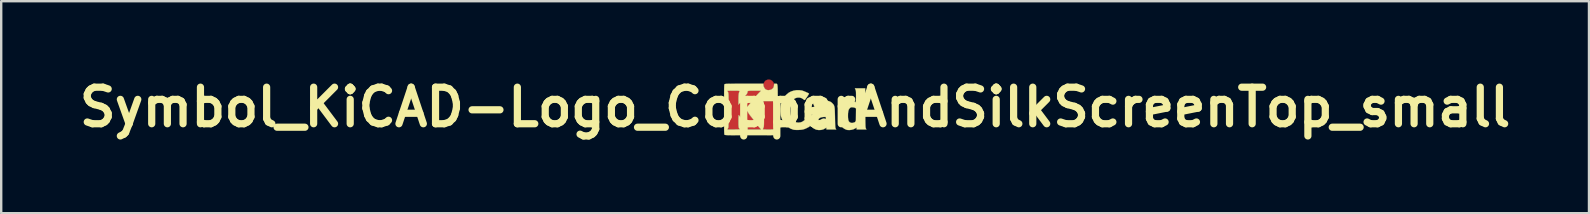
<source format=kicad_pcb>
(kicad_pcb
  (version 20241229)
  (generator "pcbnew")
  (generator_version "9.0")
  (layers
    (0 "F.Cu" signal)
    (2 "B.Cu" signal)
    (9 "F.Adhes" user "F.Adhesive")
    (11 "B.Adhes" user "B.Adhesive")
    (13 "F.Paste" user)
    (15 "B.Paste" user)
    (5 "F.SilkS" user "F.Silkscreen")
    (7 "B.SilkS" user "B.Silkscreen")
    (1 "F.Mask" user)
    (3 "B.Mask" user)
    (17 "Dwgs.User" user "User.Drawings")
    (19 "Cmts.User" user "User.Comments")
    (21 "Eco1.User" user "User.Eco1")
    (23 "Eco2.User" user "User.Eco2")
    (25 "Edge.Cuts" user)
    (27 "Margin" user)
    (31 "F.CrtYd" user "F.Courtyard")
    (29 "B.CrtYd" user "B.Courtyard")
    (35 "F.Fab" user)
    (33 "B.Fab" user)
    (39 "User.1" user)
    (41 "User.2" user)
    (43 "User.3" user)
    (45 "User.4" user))
  (footprint "Symbol_KiCAD-Logo_CopperAndSilkScreenTop_small"
    (layer "F.Cu")
    (at 30.088 1.418)
    (property "Reference" "Symbol_KiCAD-Logo_CopperAndSilkScreenTop_small" (at 0 0 0) (layer "F.SilkS") (effects (font (size 1.524 1.524) (thickness 0.3))))
    (attr through_hole)
    (fp_poly (pts (xy -1.022 -1.137) (xy -0.963 -1.104) (xy -0.916 -1.052) (xy -0.895 -1.009) (xy -0.879 -0.94) (xy -0.884 -0.871) (xy -0.908 -0.81) (xy -0.914 -0.801) (xy -0.959 -0.757) (xy -1.018 -0.727) (xy -1.085 -0.712) (xy -1.151 -0.714) (xy -1.21 -0.734) (xy -1.22 -0.74) (xy -1.262 -0.779) (xy -1.296 -0.834) (xy -1.317 -0.892) (xy -1.321 -0.927) (xy -1.311 -0.982) (xy -1.286 -1.039) (xy -1.251 -1.088) (xy -1.223 -1.113) (xy -1.157 -1.143) (xy -1.088 -1.151) (xy -1.022 -1.137)) (stroke (width 0.01) (type solid)) (fill yes) (layer "F.Cu"))
    (fp_poly (pts (xy -0.902 0.296) (xy -0.902 0.432) (xy -0.901 0.544) (xy -0.9 0.636) (xy -0.899 0.709) (xy -0.898 0.765) (xy -0.896 0.807) (xy -0.893 0.836) (xy -0.889 0.856) (xy -0.885 0.868) (xy -0.883 0.871) (xy -0.87 0.889) (xy -0.865 0.904) (xy -0.87 0.914) (xy -0.888 0.92) (xy -0.922 0.924) (xy -0.974 0.926) (xy -1.048 0.927) (xy -1.105 0.927) (xy -1.18 0.927) (xy -1.246 0.926) (xy -1.298 0.924) (xy -1.333 0.923) (xy -1.346 0.92) (xy -1.346 0.92) (xy -1.341 0.906) (xy -1.328 0.877) (xy -1.321 0.864) (xy -1.314 0.85) (xy -1.309 0.835) (xy -1.305 0.815) (xy -1.302 0.79) (xy -1.299 0.754) (xy -1.298 0.708) (xy -1.296 0.646) (xy -1.296 0.568) (xy -1.295 0.47) (xy -1.295 0.35) (xy -1.295 0.317) (xy -1.296 0.189) (xy -1.296 0.083) (xy -1.297 -0.002) (xy -1.298 -0.069) (xy -1.3 -0.121) (xy -1.303 -0.159) (xy -1.306 -0.186) (xy -1.31 -0.205) (xy -1.315 -0.217) (xy -1.334 -0.254) (xy -0.902 -0.254) (xy -0.902 0.296)) (stroke (width 0.01) (type solid)) (fill yes) (layer "F.Cu"))
    (fp_poly (pts (xy -1.693 -0.686) (xy -1.42 -0.686) (xy -1.52 -0.585) (xy -1.685 -0.404) (xy -1.792 -0.267) (xy -1.831 -0.215) (xy -1.878 -0.155) (xy -1.928 -0.093) (xy -1.976 -0.036) (xy -2.016 0.01) (xy -2.028 0.024) (xy -2.069 0.068) (xy -2.034 0.113) (xy -1.966 0.208) (xy -1.923 0.278) (xy -1.895 0.319) (xy -1.864 0.358) (xy -1.862 0.361) (xy -1.827 0.403) (xy -1.787 0.454) (xy -1.746 0.509) (xy -1.707 0.562) (xy -1.676 0.607) (xy -1.658 0.635) (xy -1.641 0.662) (xy -1.612 0.701) (xy -1.576 0.747) (xy -1.538 0.792) (xy -1.504 0.832) (xy -1.486 0.851) (xy -1.474 0.864) (xy -1.453 0.888) (xy -1.449 0.892) (xy -1.418 0.927) (xy -1.981 0.927) (xy -1.981 0.888) (xy -1.99 0.85) (xy -2.013 0.797) (xy -2.05 0.734) (xy -2.097 0.665) (xy -2.141 0.608) (xy -2.176 0.562) (xy -2.209 0.516) (xy -2.233 0.48) (xy -2.236 0.474) (xy -2.256 0.441) (xy -2.273 0.417) (xy -2.278 0.413) (xy -2.295 0.393) (xy -2.315 0.365) (xy -2.334 0.341) (xy -2.349 0.33) (xy -2.35 0.33) (xy -2.354 0.343) (xy -2.358 0.378) (xy -2.36 0.435) (xy -2.362 0.511) (xy -2.362 0.578) (xy -2.362 0.668) (xy -2.361 0.736) (xy -2.358 0.786) (xy -2.355 0.822) (xy -2.349 0.848) (xy -2.342 0.867) (xy -2.341 0.867) (xy -2.324 0.897) (xy -2.308 0.916) (xy -2.306 0.917) (xy -2.314 0.92) (xy -2.344 0.923) (xy -2.392 0.925) (xy -2.455 0.926) (xy -2.53 0.927) (xy -2.556 0.927) (xy -2.819 0.927) (xy -2.804 0.892) (xy -2.79 0.863) (xy -2.779 0.845) (xy -2.777 0.831) (xy -2.775 0.793) (xy -2.774 0.734) (xy -2.772 0.658) (xy -2.771 0.565) (xy -2.77 0.458) (xy -2.769 0.34) (xy -2.769 0.213) (xy -2.769 0.127) (xy -2.769 -0.025) (xy -2.769 -0.154) (xy -2.769 -0.261) (xy -2.77 -0.35) (xy -2.771 -0.421) (xy -2.772 -0.478) (xy -2.774 -0.522) (xy -2.776 -0.555) (xy -2.779 -0.58) (xy -2.782 -0.598) (xy -2.786 -0.612) (xy -2.792 -0.624) (xy -2.794 -0.629) (xy -2.809 -0.66) (xy -2.818 -0.679) (xy -2.819 -0.682) (xy -2.807 -0.683) (xy -2.774 -0.684) (xy -2.722 -0.685) (xy -2.657 -0.686) (xy -2.581 -0.686) (xy -2.564 -0.686) (xy -2.477 -0.686) (xy -2.413 -0.685) (xy -2.368 -0.684) (xy -2.339 -0.681) (xy -2.323 -0.678) (xy -2.317 -0.673) (xy -2.317 -0.666) (xy -2.318 -0.664) (xy -2.335 -0.619) (xy -2.347 -0.575) (xy -2.355 -0.525) (xy -2.36 -0.465) (xy -2.362 -0.389) (xy -2.362 -0.319) (xy -2.362 -0.11) (xy -2.324 -0.146) (xy -2.3 -0.171) (xy -2.287 -0.19) (xy -2.286 -0.193) (xy -2.278 -0.206) (xy -2.259 -0.233) (xy -2.231 -0.268) (xy -2.2 -0.306) (xy -2.171 -0.341) (xy -2.147 -0.368) (xy -2.133 -0.381) (xy -2.122 -0.395) (xy -2.103 -0.423) (xy -2.089 -0.445) (xy -2.06 -0.488) (xy -2.029 -0.532) (xy -2.017 -0.546) (xy -1.995 -0.579) (xy -1.982 -0.61) (xy -1.981 -0.618) (xy -1.981 -0.64) (xy -1.978 -0.656) (xy -1.97 -0.668) (xy -1.952 -0.677) (xy -1.923 -0.682) (xy -1.879 -0.684) (xy -1.818 -0.686) (xy -1.735 -0.686) (xy -1.693 -0.686)) (stroke (width 0.01) (type solid)) (fill yes) (layer "F.Cu"))
    (fp_poly (pts (xy -1.022 -1.137) (xy -0.963 -1.104) (xy -0.916 -1.052) (xy -0.895 -1.009) (xy -0.879 -0.94) (xy -0.884 -0.871) (xy -0.908 -0.81) (xy -0.914 -0.801) (xy -0.959 -0.757) (xy -1.018 -0.727) (xy -1.085 -0.712) (xy -1.151 -0.714) (xy -1.21 -0.734) (xy -1.22 -0.74) (xy -1.262 -0.779) (xy -1.296 -0.834) (xy -1.317 -0.892) (xy -1.321 -0.927) (xy -1.311 -0.982) (xy -1.286 -1.039) (xy -1.251 -1.088) (xy -1.223 -1.113) (xy -1.157 -1.143) (xy -1.088 -1.151) (xy -1.022 -1.137)) (stroke (width 0.01) (type solid)) (fill yes) (layer "F.Mask"))
    (fp_poly (pts (xy -0.902 0.296) (xy -0.902 0.432) (xy -0.901 0.544) (xy -0.9 0.636) (xy -0.899 0.709) (xy -0.898 0.765) (xy -0.896 0.807) (xy -0.893 0.836) (xy -0.889 0.856) (xy -0.885 0.868) (xy -0.883 0.871) (xy -0.87 0.889) (xy -0.865 0.904) (xy -0.87 0.914) (xy -0.888 0.92) (xy -0.922 0.924) (xy -0.974 0.926) (xy -1.048 0.927) (xy -1.105 0.927) (xy -1.18 0.927) (xy -1.246 0.926) (xy -1.298 0.924) (xy -1.333 0.923) (xy -1.346 0.92) (xy -1.346 0.92) (xy -1.341 0.906) (xy -1.328 0.877) (xy -1.321 0.864) (xy -1.314 0.85) (xy -1.309 0.835) (xy -1.305 0.815) (xy -1.302 0.79) (xy -1.299 0.754) (xy -1.298 0.708) (xy -1.296 0.646) (xy -1.296 0.568) (xy -1.295 0.47) (xy -1.295 0.35) (xy -1.295 0.317) (xy -1.296 0.189) (xy -1.296 0.083) (xy -1.297 -0.002) (xy -1.298 -0.069) (xy -1.3 -0.121) (xy -1.303 -0.159) (xy -1.306 -0.186) (xy -1.31 -0.205) (xy -1.315 -0.217) (xy -1.334 -0.254) (xy -0.902 -0.254) (xy -0.902 0.296)) (stroke (width 0.01) (type solid)) (fill yes) (layer "F.Mask"))
    (fp_poly (pts (xy -1.693 -0.686) (xy -1.42 -0.686) (xy -1.52 -0.585) (xy -1.685 -0.404) (xy -1.792 -0.267) (xy -1.831 -0.215) (xy -1.878 -0.155) (xy -1.928 -0.093) (xy -1.976 -0.036) (xy -2.016 0.01) (xy -2.028 0.024) (xy -2.069 0.068) (xy -2.034 0.113) (xy -1.966 0.208) (xy -1.923 0.278) (xy -1.895 0.319) (xy -1.864 0.358) (xy -1.862 0.361) (xy -1.827 0.403) (xy -1.787 0.454) (xy -1.746 0.509) (xy -1.707 0.562) (xy -1.676 0.607) (xy -1.658 0.635) (xy -1.641 0.662) (xy -1.612 0.701) (xy -1.576 0.747) (xy -1.538 0.792) (xy -1.504 0.832) (xy -1.486 0.851) (xy -1.474 0.864) (xy -1.453 0.888) (xy -1.449 0.892) (xy -1.418 0.927) (xy -1.981 0.927) (xy -1.981 0.888) (xy -1.99 0.85) (xy -2.013 0.797) (xy -2.05 0.734) (xy -2.097 0.665) (xy -2.141 0.608) (xy -2.176 0.562) (xy -2.209 0.516) (xy -2.233 0.48) (xy -2.236 0.474) (xy -2.256 0.441) (xy -2.273 0.417) (xy -2.278 0.413) (xy -2.295 0.393) (xy -2.315 0.365) (xy -2.334 0.341) (xy -2.349 0.33) (xy -2.35 0.33) (xy -2.354 0.343) (xy -2.358 0.378) (xy -2.36 0.435) (xy -2.362 0.511) (xy -2.362 0.578) (xy -2.362 0.668) (xy -2.361 0.736) (xy -2.358 0.786) (xy -2.355 0.822) (xy -2.349 0.848) (xy -2.342 0.867) (xy -2.341 0.867) (xy -2.324 0.897) (xy -2.308 0.916) (xy -2.306 0.917) (xy -2.314 0.92) (xy -2.344 0.923) (xy -2.392 0.925) (xy -2.455 0.926) (xy -2.53 0.927) (xy -2.556 0.927) (xy -2.819 0.927) (xy -2.804 0.892) (xy -2.79 0.863) (xy -2.779 0.845) (xy -2.777 0.831) (xy -2.775 0.793) (xy -2.774 0.734) (xy -2.772 0.658) (xy -2.771 0.565) (xy -2.77 0.458) (xy -2.769 0.34) (xy -2.769 0.213) (xy -2.769 0.127) (xy -2.769 -0.025) (xy -2.769 -0.154) (xy -2.769 -0.261) (xy -2.77 -0.35) (xy -2.771 -0.421) (xy -2.772 -0.478) (xy -2.774 -0.522) (xy -2.776 -0.555) (xy -2.779 -0.58) (xy -2.782 -0.598) (xy -2.786 -0.612) (xy -2.792 -0.624) (xy -2.794 -0.629) (xy -2.809 -0.66) (xy -2.818 -0.679) (xy -2.819 -0.682) (xy -2.807 -0.683) (xy -2.774 -0.684) (xy -2.722 -0.685) (xy -2.657 -0.686) (xy -2.581 -0.686) (xy -2.564 -0.686) (xy -2.477 -0.686) (xy -2.413 -0.685) (xy -2.368 -0.684) (xy -2.339 -0.681) (xy -2.323 -0.678) (xy -2.317 -0.673) (xy -2.317 -0.666) (xy -2.318 -0.664) (xy -2.335 -0.619) (xy -2.347 -0.575) (xy -2.355 -0.525) (xy -2.36 -0.465) (xy -2.362 -0.389) (xy -2.362 -0.319) (xy -2.362 -0.11) (xy -2.324 -0.146) (xy -2.3 -0.171) (xy -2.287 -0.19) (xy -2.286 -0.193) (xy -2.278 -0.206) (xy -2.259 -0.233) (xy -2.231 -0.268) (xy -2.2 -0.306) (xy -2.171 -0.341) (xy -2.147 -0.368) (xy -2.133 -0.381) (xy -2.122 -0.395) (xy -2.103 -0.423) (xy -2.089 -0.445) (xy -2.06 -0.488) (xy -2.029 -0.532) (xy -2.017 -0.546) (xy -1.995 -0.579) (xy -1.982 -0.61) (xy -1.981 -0.618) (xy -1.981 -0.64) (xy -1.978 -0.656) (xy -1.97 -0.668) (xy -1.952 -0.677) (xy -1.923 -0.682) (xy -1.879 -0.684) (xy -1.818 -0.686) (xy -1.735 -0.686) (xy -1.693 -0.686)) (stroke (width 0.01) (type solid)) (fill yes) (layer "F.Mask"))
    (fp_poly (pts (xy 0.272 -0.697) (xy 0.293 -0.692) (xy 0.328 -0.681) (xy 0.376 -0.663) (xy 0.43 -0.64) (xy 0.483 -0.617) (xy 0.531 -0.595) (xy 0.566 -0.577) (xy 0.581 -0.566) (xy 0.576 -0.555) (xy 0.56 -0.527) (xy 0.536 -0.489) (xy 0.507 -0.444) (xy 0.476 -0.398) (xy 0.446 -0.355) (xy 0.422 -0.321) (xy 0.405 -0.3) (xy 0.391 -0.301) (xy 0.365 -0.316) (xy 0.343 -0.333) (xy 0.271 -0.379) (xy 0.188 -0.402) (xy 0.109 -0.403) (xy 0.024 -0.383) (xy -0.048 -0.341) (xy -0.107 -0.279) (xy -0.152 -0.196) (xy -0.182 -0.093) (xy -0.198 0.028) (xy -0.2 0.165) (xy -0.189 0.289) (xy -0.167 0.392) (xy -0.131 0.476) (xy -0.082 0.544) (xy -0.019 0.596) (xy -0.004 0.606) (xy 0.035 0.626) (xy 0.071 0.636) (xy 0.115 0.64) (xy 0.146 0.641) (xy 0.226 0.633) (xy 0.295 0.609) (xy 0.362 0.565) (xy 0.387 0.544) (xy 0.415 0.522) (xy 0.433 0.51) (xy 0.437 0.509) (xy 0.448 0.526) (xy 0.467 0.558) (xy 0.493 0.601) (xy 0.521 0.649) (xy 0.549 0.698) (xy 0.575 0.742) (xy 0.595 0.778) (xy 0.606 0.8) (xy 0.608 0.804) (xy 0.595 0.811) (xy 0.566 0.826) (xy 0.527 0.847) (xy 0.525 0.848) (xy 0.444 0.888) (xy 0.372 0.916) (xy 0.301 0.933) (xy 0.221 0.943) (xy 0.146 0.947) (xy 0.05 0.948) (xy -0.026 0.943) (xy -0.072 0.935) (xy -0.188 0.893) (xy -0.294 0.828) (xy -0.389 0.744) (xy -0.471 0.642) (xy -0.536 0.524) (xy -0.584 0.393) (xy -0.586 0.385) (xy -0.604 0.292) (xy -0.614 0.184) (xy -0.615 0.073) (xy -0.607 -0.035) (xy -0.59 -0.129) (xy -0.586 -0.145) (xy -0.535 -0.282) (xy -0.464 -0.405) (xy -0.373 -0.513) (xy -0.265 -0.603) (xy -0.254 -0.61) (xy -0.165 -0.656) (xy -0.061 -0.689) (xy 0.051 -0.708) (xy 0.165 -0.71) (xy 0.272 -0.697)) (stroke (width 0.01) (type solid)) (fill yes) (layer "F.SilkS"))
    (fp_poly (pts (xy 2.924 0.029) (xy 2.925 0.194) (xy 2.925 0.335) (xy 2.926 0.455) (xy 2.927 0.555) (xy 2.928 0.638) (xy 2.93 0.704) (xy 2.931 0.757) (xy 2.933 0.798) (xy 2.936 0.828) (xy 2.939 0.851) (xy 2.942 0.867) (xy 2.946 0.879) (xy 2.95 0.886) (xy 2.972 0.927) (xy 2.565 0.927) (xy 2.565 0.889) (xy 2.564 0.862) (xy 2.56 0.851) (xy 2.56 0.851) (xy 2.547 0.857) (xy 2.52 0.874) (xy 2.507 0.883) (xy 2.441 0.916) (xy 2.361 0.94) (xy 2.277 0.952) (xy 2.196 0.95) (xy 2.146 0.941) (xy 2.054 0.9) (xy 1.972 0.839) (xy 1.904 0.763) (xy 1.874 0.712) (xy 1.84 0.633) (xy 1.818 0.55) (xy 1.806 0.456) (xy 1.804 0.362) (xy 1.804 0.356) (xy 2.204 0.356) (xy 2.206 0.443) (xy 2.213 0.51) (xy 2.226 0.56) (xy 2.245 0.597) (xy 2.273 0.625) (xy 2.29 0.636) (xy 2.343 0.655) (xy 2.406 0.654) (xy 2.473 0.632) (xy 2.485 0.626) (xy 2.534 0.601) (xy 2.537 0.326) (xy 2.54 0.052) (xy 2.507 0.03) (xy 2.475 0.016) (xy 2.43 0.006) (xy 2.401 0.003) (xy 2.357 0.001) (xy 2.328 0.006) (xy 2.302 0.02) (xy 2.289 0.031) (xy 2.256 0.068) (xy 2.231 0.115) (xy 2.215 0.178) (xy 2.206 0.258) (xy 2.204 0.356) (xy 1.804 0.356) (xy 1.812 0.214) (xy 1.836 0.085) (xy 1.875 -0.027) (xy 1.929 -0.119) (xy 1.999 -0.191) (xy 2.082 -0.244) (xy 2.179 -0.275) (xy 2.199 -0.279) (xy 2.257 -0.283) (xy 2.321 -0.279) (xy 2.384 -0.27) (xy 2.44 -0.255) (xy 2.484 -0.236) (xy 2.508 -0.216) (xy 2.519 -0.204) (xy 2.527 -0.206) (xy 2.532 -0.226) (xy 2.536 -0.264) (xy 2.539 -0.322) (xy 2.54 -0.403) (xy 2.54 -0.448) (xy 2.54 -0.535) (xy 2.539 -0.601) (xy 2.537 -0.649) (xy 2.533 -0.684) (xy 2.528 -0.71) (xy 2.521 -0.73) (xy 2.516 -0.74) (xy 2.492 -0.787) (xy 2.92 -0.787) (xy 2.924 0.029)) (stroke (width 0.01) (type solid)) (fill yes) (layer "F.SilkS"))
    (fp_poly (pts (xy 1.314 -0.274) (xy 1.402 -0.254) (xy 1.461 -0.232) (xy 1.508 -0.204) (xy 1.549 -0.167) (xy 1.575 -0.139) (xy 1.597 -0.114) (xy 1.615 -0.087) (xy 1.628 -0.055) (xy 1.639 -0.017) (xy 1.647 0.031) (xy 1.652 0.092) (xy 1.656 0.168) (xy 1.659 0.262) (xy 1.662 0.378) (xy 1.663 0.439) (xy 1.665 0.555) (xy 1.667 0.648) (xy 1.669 0.721) (xy 1.672 0.778) (xy 1.675 0.819) (xy 1.678 0.849) (xy 1.683 0.87) (xy 1.688 0.885) (xy 1.693 0.893) (xy 1.715 0.927) (xy 1.31 0.927) (xy 1.302 0.85) (xy 1.252 0.884) (xy 1.174 0.924) (xy 1.084 0.947) (xy 0.989 0.952) (xy 0.897 0.939) (xy 0.88 0.934) (xy 0.787 0.893) (xy 0.712 0.834) (xy 0.655 0.76) (xy 0.619 0.671) (xy 0.605 0.57) (xy 0.604 0.559) (xy 0.605 0.544) (xy 0.969 0.544) (xy 0.971 0.589) (xy 0.976 0.604) (xy 1.007 0.645) (xy 1.055 0.672) (xy 1.112 0.684) (xy 1.171 0.678) (xy 1.19 0.672) (xy 1.233 0.651) (xy 1.261 0.625) (xy 1.276 0.588) (xy 1.282 0.533) (xy 1.283 0.506) (xy 1.283 0.406) (xy 1.2 0.406) (xy 1.118 0.414) (xy 1.049 0.435) (xy 1.001 0.466) (xy 0.98 0.499) (xy 0.969 0.544) (xy 0.605 0.544) (xy 0.606 0.502) (xy 0.613 0.458) (xy 0.627 0.416) (xy 0.639 0.391) (xy 0.691 0.313) (xy 0.763 0.25) (xy 0.855 0.202) (xy 0.966 0.171) (xy 1.097 0.155) (xy 1.167 0.153) (xy 1.286 0.152) (xy 1.279 0.101) (xy 1.261 0.044) (xy 1.225 0.005) (xy 1.172 -0.017) (xy 1.102 -0.021) (xy 1.016 -0.007) (xy 0.927 0.02) (xy 0.885 0.034) (xy 0.853 0.041) (xy 0.837 0.041) (xy 0.836 0.041) (xy 0.828 0.025) (xy 0.813 -0.008) (xy 0.794 -0.052) (xy 0.774 -0.099) (xy 0.757 -0.145) (xy 0.743 -0.181) (xy 0.737 -0.202) (xy 0.737 -0.203) (xy 0.747 -0.213) (xy 0.769 -0.216) (xy 0.795 -0.219) (xy 0.838 -0.227) (xy 0.893 -0.239) (xy 0.931 -0.249) (xy 1.064 -0.274) (xy 1.193 -0.283) (xy 1.314 -0.274)) (stroke (width 0.01) (type solid)) (fill yes) (layer "F.SilkS"))
    (fp_poly (pts (xy -0.774 -0.979) (xy -0.763 -0.975) (xy -0.754 -0.967) (xy -0.747 -0.952) (xy -0.74 -0.93) (xy -0.735 -0.899) (xy -0.731 -0.856) (xy -0.728 -0.802) (xy -0.726 -0.733) (xy -0.725 -0.648) (xy -0.724 -0.546) (xy -0.724 -0.425) (xy -0.724 -0.284) (xy -0.724 -0.121) (xy -0.724 0.066) (xy -0.724 0.095) (xy -0.724 0.283) (xy -0.724 0.447) (xy -0.724 0.589) (xy -0.725 0.71) (xy -0.725 0.812) (xy -0.726 0.897) (xy -0.727 0.966) (xy -0.729 1.022) (xy -0.73 1.065) (xy -0.732 1.097) (xy -0.735 1.119) (xy -0.738 1.135) (xy -0.741 1.144) (xy -0.744 1.148) (xy -0.749 1.152) (xy -0.759 1.155) (xy -0.776 1.158) (xy -0.8 1.16) (xy -0.833 1.162) (xy -0.877 1.164) (xy -0.934 1.165) (xy -1.005 1.166) (xy -1.091 1.167) (xy -1.195 1.168) (xy -1.318 1.168) (xy -1.461 1.168) (xy -1.626 1.168) (xy -1.814 1.168) (xy -1.842 1.168) (xy -2.033 1.168) (xy -2.202 1.168) (xy -2.347 1.168) (xy -2.473 1.168) (xy -2.579 1.167) (xy -2.667 1.166) (xy -2.74 1.165) (xy -2.799 1.164) (xy -2.845 1.162) (xy -2.879 1.16) (xy -2.905 1.158) (xy -2.922 1.155) (xy -2.933 1.152) (xy -2.939 1.149) (xy -2.939 1.148) (xy -2.943 1.143) (xy -2.946 1.133) (xy -2.949 1.116) (xy -2.951 1.092) (xy -2.953 1.058) (xy -2.955 1.013) (xy -2.956 0.956) (xy -2.957 0.884) (xy -2.958 0.796) (xy -2.958 0.69) (xy -2.959 0.566) (xy -2.959 0.42) (xy -2.959 0.252) (xy -2.959 0.095) (xy -2.959 -0.092) (xy -2.959 -0.256) (xy -2.959 -0.398) (xy -2.958 -0.519) (xy -2.958 -0.622) (xy -2.957 -0.682) (xy -2.819 -0.682) (xy -2.814 -0.67) (xy -2.801 -0.643) (xy -2.794 -0.629) (xy -2.789 -0.617) (xy -2.784 -0.604) (xy -2.78 -0.588) (xy -2.777 -0.566) (xy -2.774 -0.537) (xy -2.772 -0.498) (xy -2.771 -0.447) (xy -2.77 -0.382) (xy -2.769 -0.301) (xy -2.769 -0.202) (xy -2.769 -0.083) (xy -2.769 0.059) (xy -2.769 0.127) (xy -2.769 0.259) (xy -2.769 0.383) (xy -2.77 0.497) (xy -2.771 0.599) (xy -2.773 0.687) (xy -2.774 0.757) (xy -2.776 0.809) (xy -2.778 0.838) (xy -2.779 0.845) (xy -2.791 0.865) (xy -2.804 0.892) (xy -2.819 0.927) (xy -2.556 0.927) (xy -2.478 0.926) (xy -2.411 0.925) (xy -2.358 0.923) (xy -2.322 0.921) (xy -2.306 0.918) (xy -2.306 0.917) (xy -2.321 0.9) (xy -2.339 0.871) (xy -2.341 0.867) (xy -2.349 0.849) (xy -2.354 0.824) (xy -2.358 0.788) (xy -2.361 0.739) (xy -2.362 0.672) (xy -2.362 0.583) (xy -2.362 0.578) (xy -2.362 0.49) (xy -2.36 0.418) (xy -2.357 0.367) (xy -2.353 0.337) (xy -2.35 0.33) (xy -2.335 0.34) (xy -2.316 0.363) (xy -2.315 0.365) (xy -2.295 0.394) (xy -2.278 0.413) (xy -2.262 0.431) (xy -2.242 0.462) (xy -2.236 0.474) (xy -2.215 0.508) (xy -2.183 0.552) (xy -2.148 0.599) (xy -2.141 0.608) (xy -2.087 0.679) (xy -2.041 0.747) (xy -2.007 0.809) (xy -1.987 0.859) (xy -1.981 0.888) (xy -1.981 0.927) (xy -1.418 0.927) (xy -1.424 0.92) (xy -1.346 0.92) (xy -1.334 0.922) (xy -1.301 0.924) (xy -1.249 0.926) (xy -1.185 0.927) (xy -1.11 0.927) (xy -1.105 0.927) (xy -1.017 0.927) (xy -0.951 0.925) (xy -0.906 0.923) (xy -0.878 0.919) (xy -0.865 0.914) (xy -0.864 0.911) (xy -0.871 0.889) (xy -0.883 0.871) (xy -0.888 0.861) (xy -0.891 0.845) (xy -0.895 0.82) (xy -0.897 0.783) (xy -0.899 0.733) (xy -0.9 0.667) (xy -0.901 0.583) (xy -0.901 0.479) (xy -0.902 0.353) (xy -0.902 0.296) (xy -0.902 -0.254) (xy -1.334 -0.254) (xy -1.315 -0.217) (xy -1.31 -0.204) (xy -1.306 -0.184) (xy -1.302 -0.157) (xy -1.3 -0.118) (xy -1.298 -0.066) (xy -1.297 0.002) (xy -1.296 0.089) (xy -1.296 0.196) (xy -1.295 0.317) (xy -1.295 0.443) (xy -1.296 0.546) (xy -1.296 0.629) (xy -1.297 0.694) (xy -1.299 0.744) (xy -1.301 0.782) (xy -1.304 0.81) (xy -1.308 0.831) (xy -1.313 0.846) (xy -1.319 0.86) (xy -1.321 0.864) (xy -1.336 0.895) (xy -1.345 0.917) (xy -1.346 0.92) (xy -1.424 0.92) (xy -1.449 0.892) (xy -1.471 0.868) (xy -1.485 0.852) (xy -1.486 0.851) (xy -1.515 0.819) (xy -1.551 0.777) (xy -1.588 0.731) (xy -1.622 0.687) (xy -1.648 0.651) (xy -1.658 0.635) (xy -1.678 0.603) (xy -1.71 0.558) (xy -1.749 0.504) (xy -1.791 0.449) (xy -1.831 0.399) (xy -1.862 0.361) (xy -1.892 0.323) (xy -1.92 0.281) (xy -1.923 0.278) (xy -1.986 0.178) (xy -2.034 0.113) (xy -2.069 0.068) (xy -2.028 0.024) (xy -1.993 -0.016) (xy -1.948 -0.069) (xy -1.898 -0.13) (xy -1.849 -0.191) (xy -1.806 -0.247) (xy -1.792 -0.267) (xy -1.64 -0.457) (xy -1.52 -0.585) (xy -1.42 -0.686) (xy -1.693 -0.686) (xy -1.786 -0.686) (xy -1.856 -0.685) (xy -1.907 -0.683) (xy -1.942 -0.679) (xy -1.964 -0.672) (xy -1.975 -0.662) (xy -1.98 -0.647) (xy -1.981 -0.628) (xy -1.981 -0.618) (xy -1.989 -0.591) (xy -2.009 -0.557) (xy -2.017 -0.546) (xy -2.047 -0.507) (xy -2.078 -0.462) (xy -2.089 -0.445) (xy -2.111 -0.411) (xy -2.128 -0.388) (xy -2.133 -0.381) (xy -2.148 -0.366) (xy -2.173 -0.338) (xy -2.203 -0.303) (xy -2.233 -0.265) (xy -2.26 -0.231) (xy -2.279 -0.205) (xy -2.286 -0.193) (xy -2.294 -0.179) (xy -2.315 -0.155) (xy -2.324 -0.146) (xy -2.362 -0.11) (xy -2.362 -0.319) (xy -2.361 -0.411) (xy -2.359 -0.482) (xy -2.353 -0.539) (xy -2.344 -0.587) (xy -2.331 -0.63) (xy -2.318 -0.664) (xy -2.316 -0.671) (xy -2.321 -0.677) (xy -2.334 -0.681) (xy -2.36 -0.683) (xy -2.401 -0.685) (xy -2.46 -0.686) (xy -2.541 -0.686) (xy -2.564 -0.686) (xy -2.641 -0.686) (xy -2.709 -0.685) (xy -2.764 -0.684) (xy -2.802 -0.683) (xy -2.819 -0.682) (xy -2.819 -0.682) (xy -2.957 -0.682) (xy -2.957 -0.707) (xy -2.956 -0.776) (xy -2.954 -0.831) (xy -2.953 -0.874) (xy -2.951 -0.906) (xy -2.948 -0.929) (xy -2.945 -0.944) (xy -2.942 -0.954) (xy -2.939 -0.958) (xy -2.933 -0.962) (xy -2.922 -0.966) (xy -2.904 -0.968) (xy -2.877 -0.971) (xy -2.841 -0.973) (xy -2.791 -0.975) (xy -2.728 -0.976) (xy -2.649 -0.977) (xy -2.551 -0.977) (xy -2.434 -0.978) (xy -2.296 -0.978) (xy -2.134 -0.978) (xy -1.321 -0.978) (xy -1.321 -0.93) (xy -1.311 -0.872) (xy -1.284 -0.812) (xy -1.247 -0.762) (xy -1.22 -0.74) (xy -1.164 -0.716) (xy -1.098 -0.711) (xy -1.031 -0.723) (xy -0.97 -0.75) (xy -0.921 -0.792) (xy -0.913 -0.802) (xy -0.89 -0.852) (xy -0.879 -0.91) (xy -0.873 -0.978) (xy -0.818 -0.978) (xy -0.802 -0.979) (xy -0.787 -0.979) (xy -0.774 -0.979)) (stroke (width 0.01) (type solid)) (fill yes) (layer "F.SilkS")))
  (gr_rect
    (start -3 -3)
    (end 63.176 5.836)
    (stroke (width 0.1) (type default))
    (fill no)
    (layer "Edge.Cuts")))
</source>
